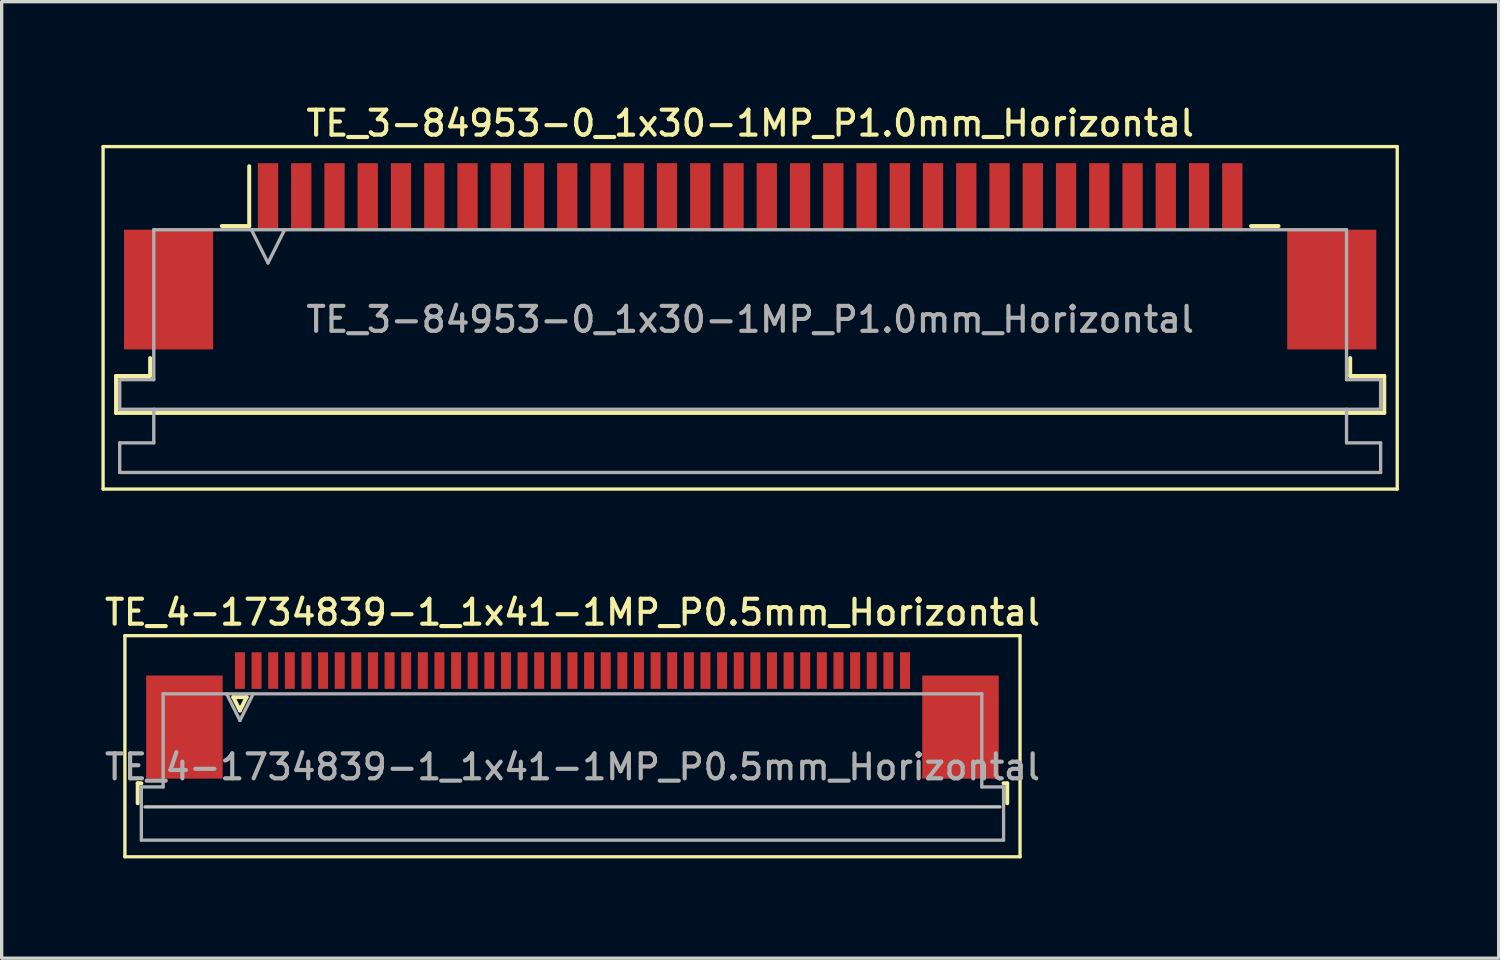
<source format=kicad_pcb>
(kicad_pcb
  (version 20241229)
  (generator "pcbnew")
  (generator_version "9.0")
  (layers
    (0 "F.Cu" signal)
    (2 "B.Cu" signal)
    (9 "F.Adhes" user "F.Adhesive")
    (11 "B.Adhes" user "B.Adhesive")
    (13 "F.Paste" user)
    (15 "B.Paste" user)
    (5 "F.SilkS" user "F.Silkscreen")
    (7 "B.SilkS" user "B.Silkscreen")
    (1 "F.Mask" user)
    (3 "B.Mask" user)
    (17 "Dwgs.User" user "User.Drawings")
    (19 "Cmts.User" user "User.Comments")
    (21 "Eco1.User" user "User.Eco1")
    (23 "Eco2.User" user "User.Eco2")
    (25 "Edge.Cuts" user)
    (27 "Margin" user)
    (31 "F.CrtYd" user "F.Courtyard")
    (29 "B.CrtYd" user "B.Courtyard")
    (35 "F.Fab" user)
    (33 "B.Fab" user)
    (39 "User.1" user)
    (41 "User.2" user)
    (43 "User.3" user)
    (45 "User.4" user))
  (footprint "TE_4-1734839-1_1x41-1MP_P0.5mm_Horizontal"
    (layer "F.Cu")
    (at 14.166 18.466)
    (property "Reference" "TE_4-1734839-1_1x41-1MP_P0.5mm_Horizontal" (at 0 -3.1 0) (layer "F.SilkS") (effects (font (size 0.75 0.75) (thickness 0.125))))
    (attr smd)
    (fp_line (start -13.46 -2.4) (end -13.46 4.25) (stroke (width 0.1) (type solid)) (layer "F.SilkS"))
    (fp_line (start -13.46 4.25) (end 13.46 4.25) (stroke (width 0.1) (type solid)) (layer "F.SilkS"))
    (fp_line (start -13.075 2.04) (end -13.075 2.64) (stroke (width 0.12) (type solid)) (layer "F.SilkS"))
    (fp_line (start -12.965 2.04) (end -13.075 2.04) (stroke (width 0.12) (type solid)) (layer "F.SilkS"))
    (fp_line (start -10.2 -0.55) (end -10 -0.15) (stroke (width 0.12) (type solid)) (layer "F.SilkS"))
    (fp_line (start -10 -0.15) (end -9.8 -0.55) (stroke (width 0.12) (type solid)) (layer "F.SilkS"))
    (fp_line (start -9.8 -0.55) (end -10.2 -0.55) (stroke (width 0.12) (type solid)) (layer "F.SilkS"))
    (fp_line (start 12.965 2.04) (end 13.075 2.04) (stroke (width 0.12) (type solid)) (layer "F.SilkS"))
    (fp_line (start 13.075 2.04) (end 13.075 2.64) (stroke (width 0.12) (type solid)) (layer "F.SilkS"))
    (fp_line (start 13.46 -2.4) (end -13.46 -2.4) (stroke (width 0.1) (type solid)) (layer "F.SilkS"))
    (fp_line (start 13.46 4.25) (end 13.46 -2.4) (stroke (width 0.1) (type solid)) (layer "F.SilkS"))
    (fp_line (start 12.855 2.75) (end -12.855 2.75) (stroke (width 0.1) (type solid)) (layer "Dwgs.User"))
    (fp_line (start -12.965 2.15) (end -12.31 2.15) (stroke (width 0.1) (type solid)) (layer "F.Fab"))
    (fp_line (start -12.965 3.75) (end -12.965 2.15) (stroke (width 0.1) (type solid)) (layer "F.Fab"))
    (fp_line (start -12.31 -0.65) (end 12.31 -0.65) (stroke (width 0.1) (type solid)) (layer "F.Fab"))
    (fp_line (start -12.31 2.15) (end -12.31 -0.65) (stroke (width 0.1) (type solid)) (layer "F.Fab"))
    (fp_line (start -10.4 -0.65) (end -10 0.15) (stroke (width 0.1) (type solid)) (layer "F.Fab"))
    (fp_line (start -10 0.15) (end -9.6 -0.65) (stroke (width 0.1) (type solid)) (layer "F.Fab"))
    (fp_line (start 12.31 -0.65) (end 12.31 2.15) (stroke (width 0.1) (type solid)) (layer "F.Fab"))
    (fp_line (start 12.31 2.15) (end 12.965 2.15) (stroke (width 0.1) (type solid)) (layer "F.Fab"))
    (fp_line (start 12.965 2.15) (end 12.965 3.75) (stroke (width 0.1) (type solid)) (layer "F.Fab"))
    (fp_line (start 12.965 3.75) (end -12.965 3.75) (stroke (width 0.1) (type solid)) (layer "F.Fab"))
    (fp_text user "${REFERENCE}" (at 0 1.55 0) (layer "F.Fab") (effects (font (size 0.75 0.75) (thickness 0.125))))
    (pad "1" smd rect (at -10 -1.35) (size 0.3 1.1) (layers "F.Cu" "F.Mask" "F.Paste"))
    (pad "2" smd rect (at -9.5 -1.35) (size 0.3 1.1) (layers "F.Cu" "F.Mask" "F.Paste"))
    (pad "3" smd rect (at -9 -1.35) (size 0.3 1.1) (layers "F.Cu" "F.Mask" "F.Paste"))
    (pad "4" smd rect (at -8.5 -1.35) (size 0.3 1.1) (layers "F.Cu" "F.Mask" "F.Paste"))
    (pad "5" smd rect (at -8 -1.35) (size 0.3 1.1) (layers "F.Cu" "F.Mask" "F.Paste"))
    (pad "6" smd rect (at -7.5 -1.35) (size 0.3 1.1) (layers "F.Cu" "F.Mask" "F.Paste"))
    (pad "7" smd rect (at -7 -1.35) (size 0.3 1.1) (layers "F.Cu" "F.Mask" "F.Paste"))
    (pad "8" smd rect (at -6.5 -1.35) (size 0.3 1.1) (layers "F.Cu" "F.Mask" "F.Paste"))
    (pad "9" smd rect (at -6 -1.35) (size 0.3 1.1) (layers "F.Cu" "F.Mask" "F.Paste"))
    (pad "10" smd rect (at -5.5 -1.35) (size 0.3 1.1) (layers "F.Cu" "F.Mask" "F.Paste"))
    (pad "11" smd rect (at -5 -1.35) (size 0.3 1.1) (layers "F.Cu" "F.Mask" "F.Paste"))
    (pad "12" smd rect (at -4.5 -1.35) (size 0.3 1.1) (layers "F.Cu" "F.Mask" "F.Paste"))
    (pad "13" smd rect (at -4 -1.35) (size 0.3 1.1) (layers "F.Cu" "F.Mask" "F.Paste"))
    (pad "14" smd rect (at -3.5 -1.35) (size 0.3 1.1) (layers "F.Cu" "F.Mask" "F.Paste"))
    (pad "15" smd rect (at -3 -1.35) (size 0.3 1.1) (layers "F.Cu" "F.Mask" "F.Paste"))
    (pad "16" smd rect (at -2.5 -1.35) (size 0.3 1.1) (layers "F.Cu" "F.Mask" "F.Paste"))
    (pad "17" smd rect (at -2 -1.35) (size 0.3 1.1) (layers "F.Cu" "F.Mask" "F.Paste"))
    (pad "18" smd rect (at -1.5 -1.35) (size 0.3 1.1) (layers "F.Cu" "F.Mask" "F.Paste"))
    (pad "19" smd rect (at -1 -1.35) (size 0.3 1.1) (layers "F.Cu" "F.Mask" "F.Paste"))
    (pad "20" smd rect (at -0.5 -1.35) (size 0.3 1.1) (layers "F.Cu" "F.Mask" "F.Paste"))
    (pad "21" smd rect (at 0 -1.35) (size 0.3 1.1) (layers "F.Cu" "F.Mask" "F.Paste"))
    (pad "22" smd rect (at 0.5 -1.35) (size 0.3 1.1) (layers "F.Cu" "F.Mask" "F.Paste"))
    (pad "23" smd rect (at 1 -1.35) (size 0.3 1.1) (layers "F.Cu" "F.Mask" "F.Paste"))
    (pad "24" smd rect (at 1.5 -1.35) (size 0.3 1.1) (layers "F.Cu" "F.Mask" "F.Paste"))
    (pad "25" smd rect (at 2 -1.35) (size 0.3 1.1) (layers "F.Cu" "F.Mask" "F.Paste"))
    (pad "26" smd rect (at 2.5 -1.35) (size 0.3 1.1) (layers "F.Cu" "F.Mask" "F.Paste"))
    (pad "27" smd rect (at 3 -1.35) (size 0.3 1.1) (layers "F.Cu" "F.Mask" "F.Paste"))
    (pad "28" smd rect (at 3.5 -1.35) (size 0.3 1.1) (layers "F.Cu" "F.Mask" "F.Paste"))
    (pad "29" smd rect (at 4 -1.35) (size 0.3 1.1) (layers "F.Cu" "F.Mask" "F.Paste"))
    (pad "30" smd rect (at 4.5 -1.35) (size 0.3 1.1) (layers "F.Cu" "F.Mask" "F.Paste"))
    (pad "31" smd rect (at 5 -1.35) (size 0.3 1.1) (layers "F.Cu" "F.Mask" "F.Paste"))
    (pad "32" smd rect (at 5.5 -1.35) (size 0.3 1.1) (layers "F.Cu" "F.Mask" "F.Paste"))
    (pad "33" smd rect (at 6 -1.35) (size 0.3 1.1) (layers "F.Cu" "F.Mask" "F.Paste"))
    (pad "34" smd rect (at 6.5 -1.35) (size 0.3 1.1) (layers "F.Cu" "F.Mask" "F.Paste"))
    (pad "35" smd rect (at 7 -1.35) (size 0.3 1.1) (layers "F.Cu" "F.Mask" "F.Paste"))
    (pad "36" smd rect (at 7.5 -1.35) (size 0.3 1.1) (layers "F.Cu" "F.Mask" "F.Paste"))
    (pad "37" smd rect (at 8 -1.35) (size 0.3 1.1) (layers "F.Cu" "F.Mask" "F.Paste"))
    (pad "38" smd rect (at 8.5 -1.35) (size 0.3 1.1) (layers "F.Cu" "F.Mask" "F.Paste"))
    (pad "39" smd rect (at 9 -1.35) (size 0.3 1.1) (layers "F.Cu" "F.Mask" "F.Paste"))
    (pad "40" smd rect (at 9.5 -1.35) (size 0.3 1.1) (layers "F.Cu" "F.Mask" "F.Paste"))
    (pad "41" smd rect (at 10 -1.35) (size 0.3 1.1) (layers "F.Cu" "F.Mask" "F.Paste"))
    (pad "MP" smd rect (at -11.67 0.35) (size 2.3 3.1) (layers "F.Cu" "F.Mask" "F.Paste"))
    (pad "MP" smd rect (at 11.67 0.35) (size 2.3 3.1) (layers "F.Cu" "F.Mask" "F.Paste")))
  (footprint "TE_3-84953-0_1x30-1MP_P1.0mm_Horizontal"
    (layer "F.Cu")
    (at 19.51 4.658)
    (property "Reference" "TE_3-84953-0_1x30-1MP_P1.0mm_Horizontal" (at 0 -4 0) (layer "F.SilkS") (effects (font (size 0.75 0.75) (thickness 0.125))))
    (attr smd)
    (fp_line (start -19.46 -3.3) (end -19.46 7) (stroke (width 0.1) (type solid)) (layer "F.SilkS"))
    (fp_line (start -19.46 7) (end 19.46 7) (stroke (width 0.1) (type solid)) (layer "F.SilkS"))
    (fp_line (start -19.07 3.6) (end -18.045 3.6) (stroke (width 0.12) (type solid)) (layer "F.SilkS"))
    (fp_line (start -19.07 4.71) (end -19.07 3.6) (stroke (width 0.12) (type solid)) (layer "F.SilkS"))
    (fp_line (start -18.045 3.6) (end -18.045 3.06) (stroke (width 0.12) (type solid)) (layer "F.SilkS"))
    (fp_line (start -15.89 -0.91) (end -15.065 -0.91) (stroke (width 0.12) (type solid)) (layer "F.SilkS"))
    (fp_line (start -15.065 -0.91) (end -15.065 -2.71) (stroke (width 0.12) (type solid)) (layer "F.SilkS"))
    (fp_line (start 15.065 -0.91) (end 15.89 -0.91) (stroke (width 0.12) (type solid)) (layer "F.SilkS"))
    (fp_line (start 18.045 3.06) (end 18.045 3.6) (stroke (width 0.12) (type solid)) (layer "F.SilkS"))
    (fp_line (start 18.045 3.6) (end 19.07 3.6) (stroke (width 0.12) (type solid)) (layer "F.SilkS"))
    (fp_line (start 19.07 3.6) (end 19.07 4.71) (stroke (width 0.12) (type solid)) (layer "F.SilkS"))
    (fp_line (start 19.07 4.71) (end -19.07 4.71) (stroke (width 0.12) (type solid)) (layer "F.SilkS"))
    (fp_line (start 19.46 -3.3) (end -19.46 -3.3) (stroke (width 0.1) (type solid)) (layer "F.SilkS"))
    (fp_line (start 19.46 7) (end 19.46 -3.3) (stroke (width 0.1) (type solid)) (layer "F.SilkS"))
    (fp_line (start -18.96 3.71) (end -17.935 3.71) (stroke (width 0.1) (type solid)) (layer "F.Fab"))
    (fp_line (start -18.96 4.6) (end -18.96 3.71) (stroke (width 0.1) (type solid)) (layer "F.Fab"))
    (fp_line (start -18.96 5.61) (end -17.935 5.61) (stroke (width 0.1) (type solid)) (layer "F.Fab"))
    (fp_line (start -18.96 6.5) (end -18.96 5.61) (stroke (width 0.1) (type solid)) (layer "F.Fab"))
    (fp_line (start -17.935 -0.8) (end 17.935 -0.8) (stroke (width 0.1) (type solid)) (layer "F.Fab"))
    (fp_line (start -17.935 3.71) (end -17.935 -0.8) (stroke (width 0.1) (type solid)) (layer "F.Fab"))
    (fp_line (start -17.935 5.61) (end -17.935 4.6) (stroke (width 0.1) (type solid)) (layer "F.Fab"))
    (fp_line (start -15 -0.8) (end -14.5 0.2) (stroke (width 0.1) (type solid)) (layer "F.Fab"))
    (fp_line (start -14.5 0.2) (end -14 -0.8) (stroke (width 0.1) (type solid)) (layer "F.Fab"))
    (fp_line (start 17.935 -0.8) (end 17.935 3.71) (stroke (width 0.1) (type solid)) (layer "F.Fab"))
    (fp_line (start 17.935 3.71) (end 18.96 3.71) (stroke (width 0.1) (type solid)) (layer "F.Fab"))
    (fp_line (start 17.935 4.6) (end 17.935 5.61) (stroke (width 0.1) (type solid)) (layer "F.Fab"))
    (fp_line (start 17.935 5.61) (end 18.96 5.61) (stroke (width 0.1) (type solid)) (layer "F.Fab"))
    (fp_line (start 18.96 3.71) (end 18.96 4.6) (stroke (width 0.1) (type solid)) (layer "F.Fab"))
    (fp_line (start 18.96 4.6) (end -18.96 4.6) (stroke (width 0.1) (type solid)) (layer "F.Fab"))
    (fp_line (start 18.96 5.61) (end 18.96 6.5) (stroke (width 0.1) (type solid)) (layer "F.Fab"))
    (fp_line (start 18.96 6.5) (end -18.96 6.5) (stroke (width 0.1) (type solid)) (layer "F.Fab"))
    (fp_text user "${REFERENCE}" (at 0 1.9 0) (layer "F.Fab") (effects (font (size 0.75 0.75) (thickness 0.125))))
    (pad "1" smd rect (at -14.5 -1.8) (size 0.61 2) (layers "F.Cu" "F.Mask" "F.Paste"))
    (pad "2" smd rect (at -13.5 -1.8) (size 0.61 2) (layers "F.Cu" "F.Mask" "F.Paste"))
    (pad "3" smd rect (at -12.5 -1.8) (size 0.61 2) (layers "F.Cu" "F.Mask" "F.Paste"))
    (pad "4" smd rect (at -11.5 -1.8) (size 0.61 2) (layers "F.Cu" "F.Mask" "F.Paste"))
    (pad "5" smd rect (at -10.5 -1.8) (size 0.61 2) (layers "F.Cu" "F.Mask" "F.Paste"))
    (pad "6" smd rect (at -9.5 -1.8) (size 0.61 2) (layers "F.Cu" "F.Mask" "F.Paste"))
    (pad "7" smd rect (at -8.5 -1.8) (size 0.61 2) (layers "F.Cu" "F.Mask" "F.Paste"))
    (pad "8" smd rect (at -7.5 -1.8) (size 0.61 2) (layers "F.Cu" "F.Mask" "F.Paste"))
    (pad "9" smd rect (at -6.5 -1.8) (size 0.61 2) (layers "F.Cu" "F.Mask" "F.Paste"))
    (pad "10" smd rect (at -5.5 -1.8) (size 0.61 2) (layers "F.Cu" "F.Mask" "F.Paste"))
    (pad "11" smd rect (at -4.5 -1.8) (size 0.61 2) (layers "F.Cu" "F.Mask" "F.Paste"))
    (pad "12" smd rect (at -3.5 -1.8) (size 0.61 2) (layers "F.Cu" "F.Mask" "F.Paste"))
    (pad "13" smd rect (at -2.5 -1.8) (size 0.61 2) (layers "F.Cu" "F.Mask" "F.Paste"))
    (pad "14" smd rect (at -1.5 -1.8) (size 0.61 2) (layers "F.Cu" "F.Mask" "F.Paste"))
    (pad "15" smd rect (at -0.5 -1.8) (size 0.61 2) (layers "F.Cu" "F.Mask" "F.Paste"))
    (pad "16" smd rect (at 0.5 -1.8) (size 0.61 2) (layers "F.Cu" "F.Mask" "F.Paste"))
    (pad "17" smd rect (at 1.5 -1.8) (size 0.61 2) (layers "F.Cu" "F.Mask" "F.Paste"))
    (pad "18" smd rect (at 2.5 -1.8) (size 0.61 2) (layers "F.Cu" "F.Mask" "F.Paste"))
    (pad "19" smd rect (at 3.5 -1.8) (size 0.61 2) (layers "F.Cu" "F.Mask" "F.Paste"))
    (pad "20" smd rect (at 4.5 -1.8) (size 0.61 2) (layers "F.Cu" "F.Mask" "F.Paste"))
    (pad "21" smd rect (at 5.5 -1.8) (size 0.61 2) (layers "F.Cu" "F.Mask" "F.Paste"))
    (pad "22" smd rect (at 6.5 -1.8) (size 0.61 2) (layers "F.Cu" "F.Mask" "F.Paste"))
    (pad "23" smd rect (at 7.5 -1.8) (size 0.61 2) (layers "F.Cu" "F.Mask" "F.Paste"))
    (pad "24" smd rect (at 8.5 -1.8) (size 0.61 2) (layers "F.Cu" "F.Mask" "F.Paste"))
    (pad "25" smd rect (at 9.5 -1.8) (size 0.61 2) (layers "F.Cu" "F.Mask" "F.Paste"))
    (pad "26" smd rect (at 10.5 -1.8) (size 0.61 2) (layers "F.Cu" "F.Mask" "F.Paste"))
    (pad "27" smd rect (at 11.5 -1.8) (size 0.61 2) (layers "F.Cu" "F.Mask" "F.Paste"))
    (pad "28" smd rect (at 12.5 -1.8) (size 0.61 2) (layers "F.Cu" "F.Mask" "F.Paste"))
    (pad "29" smd rect (at 13.5 -1.8) (size 0.61 2) (layers "F.Cu" "F.Mask" "F.Paste"))
    (pad "30" smd rect (at 14.5 -1.8) (size 0.61 2) (layers "F.Cu" "F.Mask" "F.Paste"))
    (pad "MP" smd rect (at -17.49 1) (size 2.68 3.6) (layers "F.Cu" "F.Mask" "F.Paste"))
    (pad "MP" smd rect (at 17.49 1) (size 2.68 3.6) (layers "F.Cu" "F.Mask" "F.Paste")))
  (gr_rect
    (start -3 -3)
    (end 42.02 25.766)
    (stroke (width 0.1) (type default))
    (fill no)
    (layer "Edge.Cuts")))
</source>
